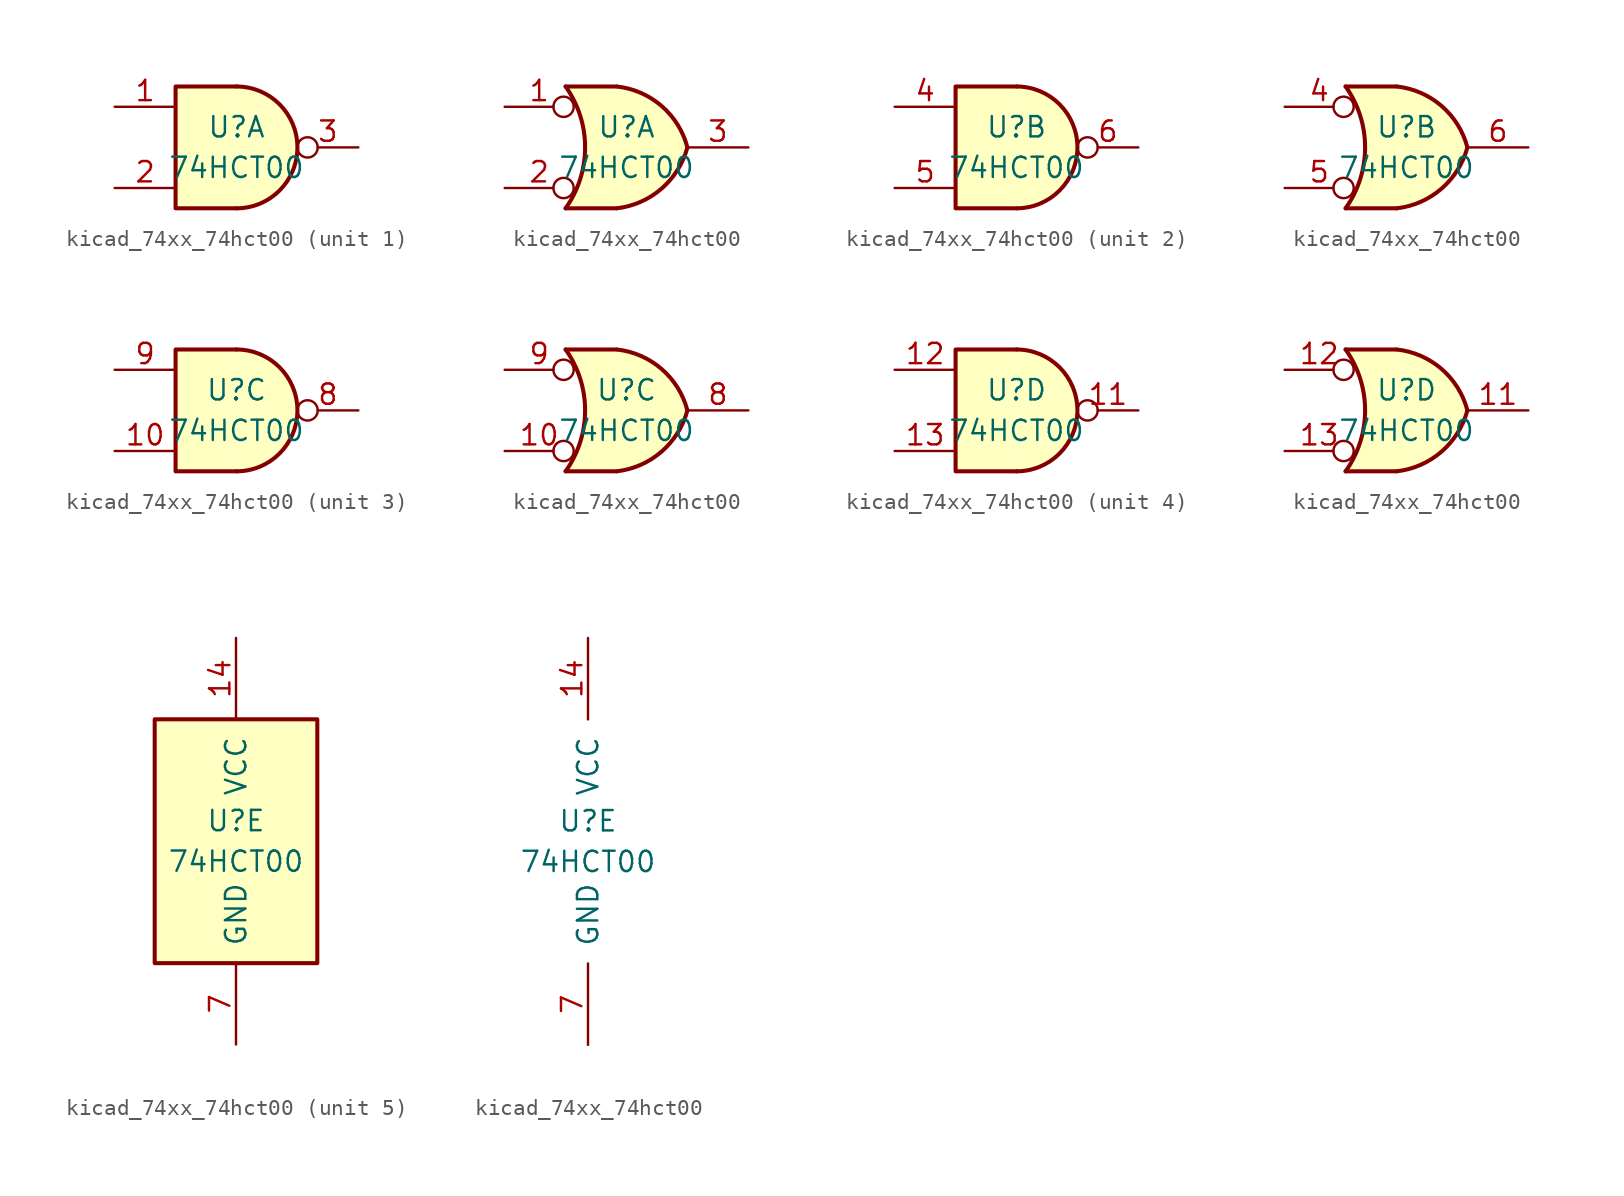
<source format=kicad_sym>
(kicad_symbol_lib
  (version 20220914)
  (generator kicad_symbol_editor)
  (symbol "kicad_74xx_74hct00"
    (pin_names
      (offset 1.016))
    (property "Reference" "U"
      (at 0 1.27 0)
      (effects (font (size 1.27 1.27))))
    (property "Value" "74HCT00"
      (at 0 -1.27 0)
      (effects (font (size 1.27 1.27))))
    (property "ki_locked" ""
      (at 0 0 0)
      (effects (font (size 1.27 1.27))))
    (symbol "kicad_74xx_74hct00_1_1"
      (arc (start 0 -3.81) (mid 3.7934 0) (end 0 3.81) (stroke (width 0.254) (type default)) (fill (type background)))
      (polyline (pts (xy 0 3.81) (xy -3.81 3.81) (xy -3.81 -3.81) (xy 0 -3.81)) (stroke (width 0.254) (type default)) (fill (type background)))
      (pin input line (at -7.62 2.54 0) (length 3.81) (name "~" (effects (font (size 1.27 1.27)))) (number "1" (effects (font (size 1.27 1.27)))))
      (pin input line (at -7.62 -2.54 0) (length 3.81) (name "~" (effects (font (size 1.27 1.27)))) (number "2" (effects (font (size 1.27 1.27)))))
      (pin output inverted (at 7.62 0 180) (length 3.81) (name "~" (effects (font (size 1.27 1.27)))) (number "3" (effects (font (size 1.27 1.27))))))
    (symbol "kicad_74xx_74hct00_1_2"
      (arc (start -3.81 -3.81) (mid -2.589 0) (end -3.81 3.81) (stroke (width 0.254) (type default)) (fill (type none)))
      (arc (start -0.6096 -3.81) (mid 2.1842 -2.5851) (end 3.81 0) (stroke (width 0.254) (type default)) (fill (type background)))
      (polyline (pts (xy -3.81 -3.81) (xy -0.635 -3.81)) (stroke (width 0.254) (type default)) (fill (type background)))
      (polyline (pts (xy -3.81 3.81) (xy -0.635 3.81)) (stroke (width 0.254) (type default)) (fill (type background)))
      (polyline (pts (xy -0.635 3.81) (xy -3.81 3.81) (xy -3.81 3.81) (xy -3.556 3.404) (xy -3.023 2.261) (xy -2.692 1.041) (xy -2.616 -0.254) (xy -2.769 -1.499) (xy -3.175 -2.718) (xy -3.81 -3.81) (xy -3.81 -3.81) (xy -0.635 -3.81)) (stroke (width -25.4) (type default)) (fill (type background)))
      (arc (start 3.81 0) (mid 2.1915 2.5936) (end -0.6096 3.81) (stroke (width 0.254) (type default)) (fill (type background)))
      (pin input inverted (at -7.62 2.54 0) (length 4.318) (name "~" (effects (font (size 1.27 1.27)))) (number "1" (effects (font (size 1.27 1.27)))))
      (pin input inverted (at -7.62 -2.54 0) (length 4.318) (name "~" (effects (font (size 1.27 1.27)))) (number "2" (effects (font (size 1.27 1.27)))))
      (pin output line (at 7.62 0 180) (length 3.81) (name "~" (effects (font (size 1.27 1.27)))) (number "3" (effects (font (size 1.27 1.27))))))
    (symbol "kicad_74xx_74hct00_2_1"
      (arc (start 0 -3.81) (mid 3.7934 0) (end 0 3.81) (stroke (width 0.254) (type default)) (fill (type background)))
      (polyline (pts (xy 0 3.81) (xy -3.81 3.81) (xy -3.81 -3.81) (xy 0 -3.81)) (stroke (width 0.254) (type default)) (fill (type background)))
      (pin input line (at -7.62 2.54 0) (length 3.81) (name "~" (effects (font (size 1.27 1.27)))) (number "4" (effects (font (size 1.27 1.27)))))
      (pin input line (at -7.62 -2.54 0) (length 3.81) (name "~" (effects (font (size 1.27 1.27)))) (number "5" (effects (font (size 1.27 1.27)))))
      (pin output inverted (at 7.62 0 180) (length 3.81) (name "~" (effects (font (size 1.27 1.27)))) (number "6" (effects (font (size 1.27 1.27))))))
    (symbol "kicad_74xx_74hct00_2_2"
      (arc (start -3.81 -3.81) (mid -2.589 0) (end -3.81 3.81) (stroke (width 0.254) (type default)) (fill (type none)))
      (arc (start -0.6096 -3.81) (mid 2.1842 -2.5851) (end 3.81 0) (stroke (width 0.254) (type default)) (fill (type background)))
      (polyline (pts (xy -3.81 -3.81) (xy -0.635 -3.81)) (stroke (width 0.254) (type default)) (fill (type background)))
      (polyline (pts (xy -3.81 3.81) (xy -0.635 3.81)) (stroke (width 0.254) (type default)) (fill (type background)))
      (polyline (pts (xy -0.635 3.81) (xy -3.81 3.81) (xy -3.81 3.81) (xy -3.556 3.404) (xy -3.023 2.261) (xy -2.692 1.041) (xy -2.616 -0.254) (xy -2.769 -1.499) (xy -3.175 -2.718) (xy -3.81 -3.81) (xy -3.81 -3.81) (xy -0.635 -3.81)) (stroke (width -25.4) (type default)) (fill (type background)))
      (arc (start 3.81 0) (mid 2.1915 2.5936) (end -0.6096 3.81) (stroke (width 0.254) (type default)) (fill (type background)))
      (pin input inverted (at -7.62 2.54 0) (length 4.318) (name "~" (effects (font (size 1.27 1.27)))) (number "4" (effects (font (size 1.27 1.27)))))
      (pin input inverted (at -7.62 -2.54 0) (length 4.318) (name "~" (effects (font (size 1.27 1.27)))) (number "5" (effects (font (size 1.27 1.27)))))
      (pin output line (at 7.62 0 180) (length 3.81) (name "~" (effects (font (size 1.27 1.27)))) (number "6" (effects (font (size 1.27 1.27))))))
    (symbol "kicad_74xx_74hct00_3_1"
      (arc (start 0 -3.81) (mid 3.7934 0) (end 0 3.81) (stroke (width 0.254) (type default)) (fill (type background)))
      (polyline (pts (xy 0 3.81) (xy -3.81 3.81) (xy -3.81 -3.81) (xy 0 -3.81)) (stroke (width 0.254) (type default)) (fill (type background)))
      (pin input line (at -7.62 -2.54 0) (length 3.81) (name "~" (effects (font (size 1.27 1.27)))) (number "10" (effects (font (size 1.27 1.27)))))
      (pin output inverted (at 7.62 0 180) (length 3.81) (name "~" (effects (font (size 1.27 1.27)))) (number "8" (effects (font (size 1.27 1.27)))))
      (pin input line (at -7.62 2.54 0) (length 3.81) (name "~" (effects (font (size 1.27 1.27)))) (number "9" (effects (font (size 1.27 1.27))))))
    (symbol "kicad_74xx_74hct00_3_2"
      (arc (start -3.81 -3.81) (mid -2.589 0) (end -3.81 3.81) (stroke (width 0.254) (type default)) (fill (type none)))
      (arc (start -0.6096 -3.81) (mid 2.1842 -2.5851) (end 3.81 0) (stroke (width 0.254) (type default)) (fill (type background)))
      (polyline (pts (xy -3.81 -3.81) (xy -0.635 -3.81)) (stroke (width 0.254) (type default)) (fill (type background)))
      (polyline (pts (xy -3.81 3.81) (xy -0.635 3.81)) (stroke (width 0.254) (type default)) (fill (type background)))
      (polyline (pts (xy -0.635 3.81) (xy -3.81 3.81) (xy -3.81 3.81) (xy -3.556 3.404) (xy -3.023 2.261) (xy -2.692 1.041) (xy -2.616 -0.254) (xy -2.769 -1.499) (xy -3.175 -2.718) (xy -3.81 -3.81) (xy -3.81 -3.81) (xy -0.635 -3.81)) (stroke (width -25.4) (type default)) (fill (type background)))
      (arc (start 3.81 0) (mid 2.1915 2.5936) (end -0.6096 3.81) (stroke (width 0.254) (type default)) (fill (type background)))
      (pin input inverted (at -7.62 -2.54 0) (length 4.318) (name "~" (effects (font (size 1.27 1.27)))) (number "10" (effects (font (size 1.27 1.27)))))
      (pin output line (at 7.62 0 180) (length 3.81) (name "~" (effects (font (size 1.27 1.27)))) (number "8" (effects (font (size 1.27 1.27)))))
      (pin input inverted (at -7.62 2.54 0) (length 4.318) (name "~" (effects (font (size 1.27 1.27)))) (number "9" (effects (font (size 1.27 1.27))))))
    (symbol "kicad_74xx_74hct00_4_1"
      (arc (start 0 -3.81) (mid 3.7934 0) (end 0 3.81) (stroke (width 0.254) (type default)) (fill (type background)))
      (polyline (pts (xy 0 3.81) (xy -3.81 3.81) (xy -3.81 -3.81) (xy 0 -3.81)) (stroke (width 0.254) (type default)) (fill (type background)))
      (pin output inverted (at 7.62 0 180) (length 3.81) (name "~" (effects (font (size 1.27 1.27)))) (number "11" (effects (font (size 1.27 1.27)))))
      (pin input line (at -7.62 2.54 0) (length 3.81) (name "~" (effects (font (size 1.27 1.27)))) (number "12" (effects (font (size 1.27 1.27)))))
      (pin input line (at -7.62 -2.54 0) (length 3.81) (name "~" (effects (font (size 1.27 1.27)))) (number "13" (effects (font (size 1.27 1.27))))))
    (symbol "kicad_74xx_74hct00_4_2"
      (arc (start -3.81 -3.81) (mid -2.589 0) (end -3.81 3.81) (stroke (width 0.254) (type default)) (fill (type none)))
      (arc (start -0.6096 -3.81) (mid 2.1842 -2.5851) (end 3.81 0) (stroke (width 0.254) (type default)) (fill (type background)))
      (polyline (pts (xy -3.81 -3.81) (xy -0.635 -3.81)) (stroke (width 0.254) (type default)) (fill (type background)))
      (polyline (pts (xy -3.81 3.81) (xy -0.635 3.81)) (stroke (width 0.254) (type default)) (fill (type background)))
      (polyline (pts (xy -0.635 3.81) (xy -3.81 3.81) (xy -3.81 3.81) (xy -3.556 3.404) (xy -3.023 2.261) (xy -2.692 1.041) (xy -2.616 -0.254) (xy -2.769 -1.499) (xy -3.175 -2.718) (xy -3.81 -3.81) (xy -3.81 -3.81) (xy -0.635 -3.81)) (stroke (width -25.4) (type default)) (fill (type background)))
      (arc (start 3.81 0) (mid 2.1915 2.5936) (end -0.6096 3.81) (stroke (width 0.254) (type default)) (fill (type background)))
      (pin output line (at 7.62 0 180) (length 3.81) (name "~" (effects (font (size 1.27 1.27)))) (number "11" (effects (font (size 1.27 1.27)))))
      (pin input inverted (at -7.62 2.54 0) (length 4.318) (name "~" (effects (font (size 1.27 1.27)))) (number "12" (effects (font (size 1.27 1.27)))))
      (pin input inverted (at -7.62 -2.54 0) (length 4.318) (name "~" (effects (font (size 1.27 1.27)))) (number "13" (effects (font (size 1.27 1.27))))))
    (symbol "kicad_74xx_74hct00_5_0"
      (pin power_in line (at 0 12.7 270) (length 5.08) (name "VCC" (effects (font (size 1.27 1.27)))) (number "14" (effects (font (size 1.27 1.27)))))
      (pin power_in line (at 0 -12.7 90) (length 5.08) (name "GND" (effects (font (size 1.27 1.27)))) (number "7" (effects (font (size 1.27 1.27))))))
    (symbol "kicad_74xx_74hct00_5_1"
      (rectangle (start -5.08 7.62) (end 5.08 -7.62) (stroke (width 0.254) (type default)) (fill (type background))))))
</source>
